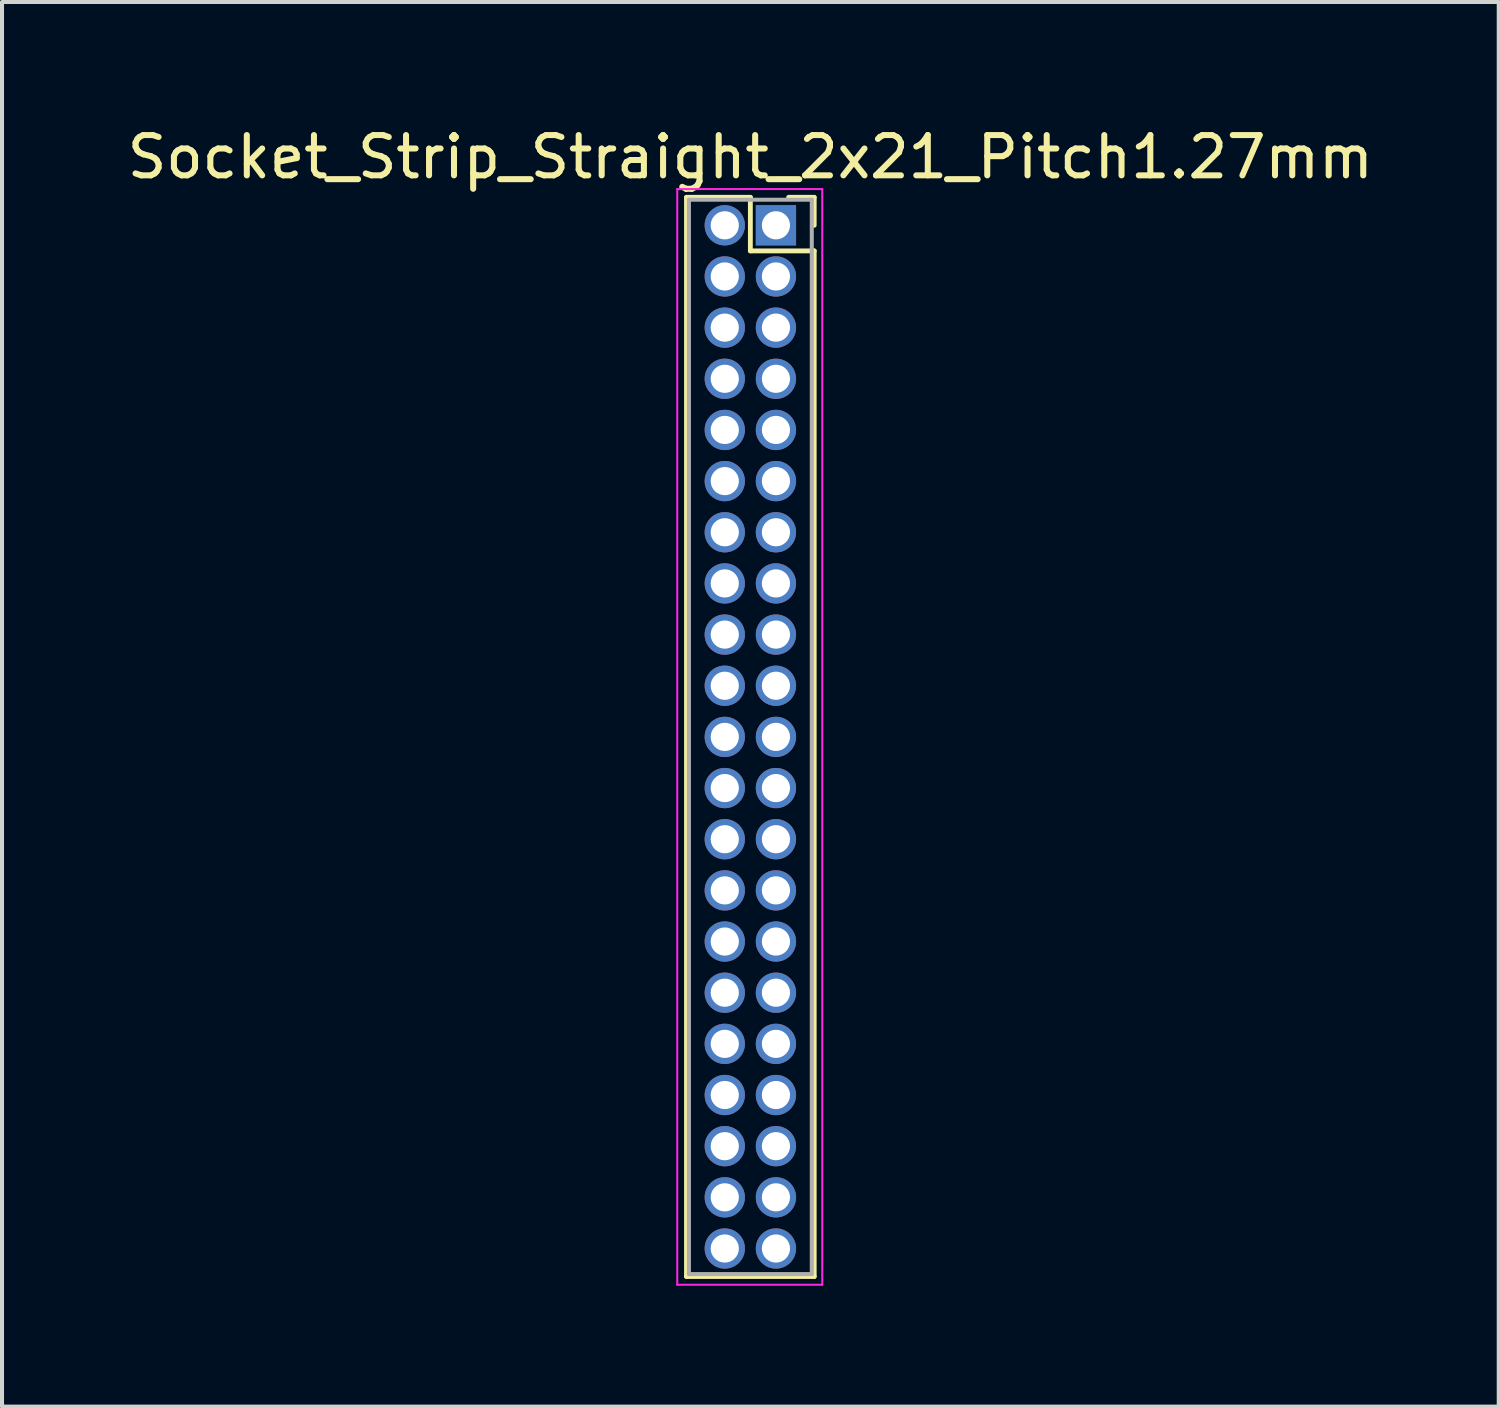
<source format=kicad_pcb>
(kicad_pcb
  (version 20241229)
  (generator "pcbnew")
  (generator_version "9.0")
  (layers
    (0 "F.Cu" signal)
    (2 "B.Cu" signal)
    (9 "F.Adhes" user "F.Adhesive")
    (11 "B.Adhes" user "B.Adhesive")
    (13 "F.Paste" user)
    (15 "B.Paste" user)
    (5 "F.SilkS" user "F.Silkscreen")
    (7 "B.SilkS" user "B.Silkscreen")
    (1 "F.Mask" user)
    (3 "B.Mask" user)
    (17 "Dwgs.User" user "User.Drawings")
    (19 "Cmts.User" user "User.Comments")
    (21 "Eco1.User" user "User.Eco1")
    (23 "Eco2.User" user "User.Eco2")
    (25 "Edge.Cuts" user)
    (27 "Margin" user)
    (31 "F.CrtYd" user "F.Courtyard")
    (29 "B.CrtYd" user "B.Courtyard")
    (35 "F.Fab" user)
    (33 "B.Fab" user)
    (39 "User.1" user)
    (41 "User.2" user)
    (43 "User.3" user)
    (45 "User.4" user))
  (footprint "Socket_Strip_Straight_2x21_Pitch1.27mm"
    (layer "F.Cu")
    (at 16.212 2.543)
    (property "Reference" "Socket_Strip_Straight_2x21_Pitch1.27mm" (at -0.635 -1.695 0) (layer "F.SilkS") (effects (font (size 1 1) (thickness 0.15))))
    (attr through_hole)
    (fp_line (start -2.22 -0.695) (end -0.635 -0.695) (stroke (width 0.12) (type solid)) (layer "F.SilkS"))
    (fp_line (start -2.22 26.095) (end -2.22 -0.695) (stroke (width 0.12) (type solid)) (layer "F.SilkS"))
    (fp_line (start -0.635 -0.695) (end -0.635 0.635) (stroke (width 0.12) (type solid)) (layer "F.SilkS"))
    (fp_line (start -0.635 0.635) (end 0.95 0.635) (stroke (width 0.12) (type solid)) (layer "F.SilkS"))
    (fp_line (start 0.95 -0.695) (end 0.315 -0.695) (stroke (width 0.12) (type solid)) (layer "F.SilkS"))
    (fp_line (start 0.95 0) (end 0.95 -0.695) (stroke (width 0.12) (type solid)) (layer "F.SilkS"))
    (fp_line (start 0.95 0.635) (end 0.95 26.095) (stroke (width 0.12) (type solid)) (layer "F.SilkS"))
    (fp_line (start 0.95 26.095) (end -2.22 26.095) (stroke (width 0.12) (type solid)) (layer "F.SilkS"))
    (fp_line (start -2.45 -0.9) (end -2.45 26.3) (stroke (width 0.05) (type solid)) (layer "F.CrtYd"))
    (fp_line (start -2.45 26.3) (end 1.15 26.3) (stroke (width 0.05) (type solid)) (layer "F.CrtYd"))
    (fp_line (start 1.15 -0.9) (end -2.45 -0.9) (stroke (width 0.05) (type solid)) (layer "F.CrtYd"))
    (fp_line (start 1.15 26.3) (end 1.15 -0.9) (stroke (width 0.05) (type solid)) (layer "F.CrtYd"))
    (fp_line (start -2.16 -0.635) (end -2.16 26.035) (stroke (width 0.1) (type solid)) (layer "F.Fab"))
    (fp_line (start -2.16 26.035) (end 0.89 26.035) (stroke (width 0.1) (type solid)) (layer "F.Fab"))
    (fp_line (start 0.89 -0.635) (end -2.16 -0.635) (stroke (width 0.1) (type solid)) (layer "F.Fab"))
    (fp_line (start 0.89 26.035) (end 0.89 -0.635) (stroke (width 0.1) (type solid)) (layer "F.Fab"))
    (pad "1" thru_hole rect (at 0 0) (size 1 1) (drill 0.7) (layers "*.Cu" "*.Mask"))
    (pad "2" thru_hole oval (at -1.27 0) (size 1 1) (drill 0.7) (layers "*.Cu" "*.Mask"))
    (pad "3" thru_hole oval (at 0 1.27) (size 1 1) (drill 0.7) (layers "*.Cu" "*.Mask"))
    (pad "4" thru_hole oval (at -1.27 1.27) (size 1 1) (drill 0.7) (layers "*.Cu" "*.Mask"))
    (pad "5" thru_hole oval (at 0 2.54) (size 1 1) (drill 0.7) (layers "*.Cu" "*.Mask"))
    (pad "6" thru_hole oval (at -1.27 2.54) (size 1 1) (drill 0.7) (layers "*.Cu" "*.Mask"))
    (pad "7" thru_hole oval (at 0 3.81) (size 1 1) (drill 0.7) (layers "*.Cu" "*.Mask"))
    (pad "8" thru_hole oval (at -1.27 3.81) (size 1 1) (drill 0.7) (layers "*.Cu" "*.Mask"))
    (pad "9" thru_hole oval (at 0 5.08) (size 1 1) (drill 0.7) (layers "*.Cu" "*.Mask"))
    (pad "10" thru_hole oval (at -1.27 5.08) (size 1 1) (drill 0.7) (layers "*.Cu" "*.Mask"))
    (pad "11" thru_hole oval (at 0 6.35) (size 1 1) (drill 0.7) (layers "*.Cu" "*.Mask"))
    (pad "12" thru_hole oval (at -1.27 6.35) (size 1 1) (drill 0.7) (layers "*.Cu" "*.Mask"))
    (pad "13" thru_hole oval (at 0 7.62) (size 1 1) (drill 0.7) (layers "*.Cu" "*.Mask"))
    (pad "14" thru_hole oval (at -1.27 7.62) (size 1 1) (drill 0.7) (layers "*.Cu" "*.Mask"))
    (pad "15" thru_hole oval (at 0 8.89) (size 1 1) (drill 0.7) (layers "*.Cu" "*.Mask"))
    (pad "16" thru_hole oval (at -1.27 8.89) (size 1 1) (drill 0.7) (layers "*.Cu" "*.Mask"))
    (pad "17" thru_hole oval (at 0 10.16) (size 1 1) (drill 0.7) (layers "*.Cu" "*.Mask"))
    (pad "18" thru_hole oval (at -1.27 10.16) (size 1 1) (drill 0.7) (layers "*.Cu" "*.Mask"))
    (pad "19" thru_hole oval (at 0 11.43) (size 1 1) (drill 0.7) (layers "*.Cu" "*.Mask"))
    (pad "20" thru_hole oval (at -1.27 11.43) (size 1 1) (drill 0.7) (layers "*.Cu" "*.Mask"))
    (pad "21" thru_hole oval (at 0 12.7) (size 1 1) (drill 0.7) (layers "*.Cu" "*.Mask"))
    (pad "22" thru_hole oval (at -1.27 12.7) (size 1 1) (drill 0.7) (layers "*.Cu" "*.Mask"))
    (pad "23" thru_hole oval (at 0 13.97) (size 1 1) (drill 0.7) (layers "*.Cu" "*.Mask"))
    (pad "24" thru_hole oval (at -1.27 13.97) (size 1 1) (drill 0.7) (layers "*.Cu" "*.Mask"))
    (pad "25" thru_hole oval (at 0 15.24) (size 1 1) (drill 0.7) (layers "*.Cu" "*.Mask"))
    (pad "26" thru_hole oval (at -1.27 15.24) (size 1 1) (drill 0.7) (layers "*.Cu" "*.Mask"))
    (pad "27" thru_hole oval (at 0 16.51) (size 1 1) (drill 0.7) (layers "*.Cu" "*.Mask"))
    (pad "28" thru_hole oval (at -1.27 16.51) (size 1 1) (drill 0.7) (layers "*.Cu" "*.Mask"))
    (pad "29" thru_hole oval (at 0 17.78) (size 1 1) (drill 0.7) (layers "*.Cu" "*.Mask"))
    (pad "30" thru_hole oval (at -1.27 17.78) (size 1 1) (drill 0.7) (layers "*.Cu" "*.Mask"))
    (pad "31" thru_hole oval (at 0 19.05) (size 1 1) (drill 0.7) (layers "*.Cu" "*.Mask"))
    (pad "32" thru_hole oval (at -1.27 19.05) (size 1 1) (drill 0.7) (layers "*.Cu" "*.Mask"))
    (pad "33" thru_hole oval (at 0 20.32) (size 1 1) (drill 0.7) (layers "*.Cu" "*.Mask"))
    (pad "34" thru_hole oval (at -1.27 20.32) (size 1 1) (drill 0.7) (layers "*.Cu" "*.Mask"))
    (pad "35" thru_hole oval (at 0 21.59) (size 1 1) (drill 0.7) (layers "*.Cu" "*.Mask"))
    (pad "36" thru_hole oval (at -1.27 21.59) (size 1 1) (drill 0.7) (layers "*.Cu" "*.Mask"))
    (pad "37" thru_hole oval (at 0 22.86) (size 1 1) (drill 0.7) (layers "*.Cu" "*.Mask"))
    (pad "38" thru_hole oval (at -1.27 22.86) (size 1 1) (drill 0.7) (layers "*.Cu" "*.Mask"))
    (pad "39" thru_hole oval (at 0 24.13) (size 1 1) (drill 0.7) (layers "*.Cu" "*.Mask"))
    (pad "40" thru_hole oval (at -1.27 24.13) (size 1 1) (drill 0.7) (layers "*.Cu" "*.Mask"))
    (pad "41" thru_hole oval (at 0 25.4) (size 1 1) (drill 0.7) (layers "*.Cu" "*.Mask"))
    (pad "42" thru_hole oval (at -1.27 25.4) (size 1 1) (drill 0.7) (layers "*.Cu" "*.Mask")))
  (gr_rect
    (start -3 -3)
    (end 34.155 31.868)
    (stroke (width 0.1) (type default))
    (fill no)
    (layer "Edge.Cuts")))
</source>
